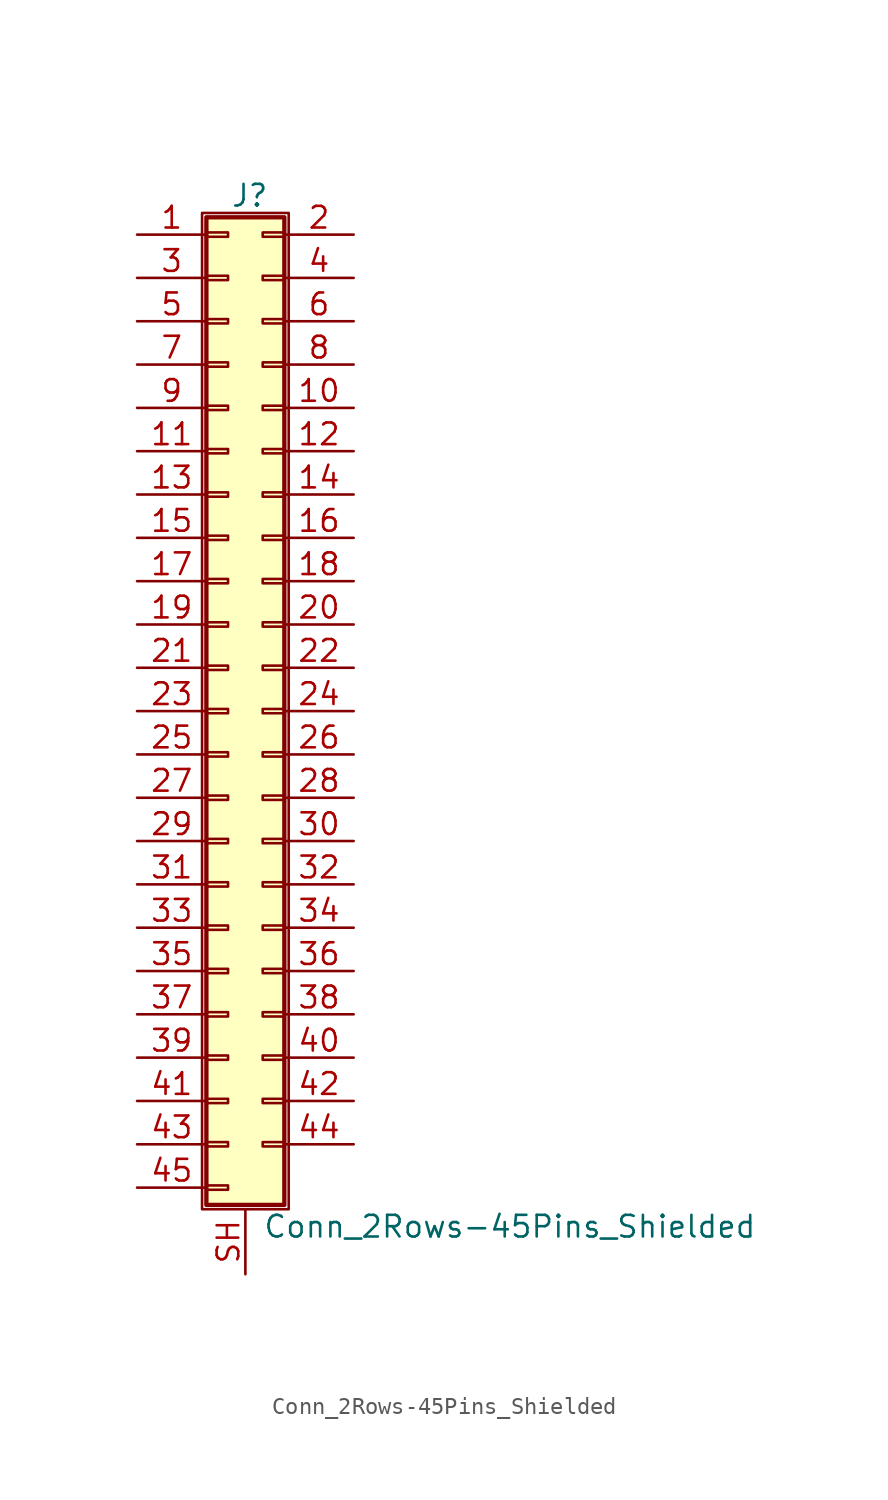
<source format=kicad_sym>
(kicad_symbol_lib
  (version 20211014)
  (generator kicad_symbol_editor)
  (symbol "Conn_2Rows-45Pins_Shielded"
    (pin_names
      (offset 1.016) hide)
    (property "Reference" "J"
      (at 1.524 30.226 0)
      (effects (font (size 1.27 1.27))))
    (property "Value" "Conn_2Rows-45Pins_Shielded"
      (at 2.286 -30.226 0)
      (effects (font (size 1.27 1.27)) (justify left)))
    (symbol "Conn_2Rows-45Pins_Shielded_1_1"
      (rectangle (start -1.27 29.21) (end 3.81 -29.21) (stroke (width 0.152) (type default) (color 0 0 0 0)) (fill (type none)))
      (rectangle (start -1.016 -27.813) (end 0.254 -28.067) (stroke (width 0.152) (type default) (color 0 0 0 0)) (fill (type none)))
      (rectangle (start -1.016 -25.273) (end 0.254 -25.527) (stroke (width 0.152) (type default) (color 0 0 0 0)) (fill (type none)))
      (rectangle (start -1.016 -22.733) (end 0.254 -22.987) (stroke (width 0.152) (type default) (color 0 0 0 0)) (fill (type none)))
      (rectangle (start -1.016 -20.193) (end 0.254 -20.447) (stroke (width 0.152) (type default) (color 0 0 0 0)) (fill (type none)))
      (rectangle (start -1.016 -17.653) (end 0.254 -17.907) (stroke (width 0.152) (type default) (color 0 0 0 0)) (fill (type none)))
      (rectangle (start -1.016 -15.113) (end 0.254 -15.367) (stroke (width 0.152) (type default) (color 0 0 0 0)) (fill (type none)))
      (rectangle (start -1.016 -12.573) (end 0.254 -12.827) (stroke (width 0.152) (type default) (color 0 0 0 0)) (fill (type none)))
      (rectangle (start -1.016 -10.033) (end 0.254 -10.287) (stroke (width 0.152) (type default) (color 0 0 0 0)) (fill (type none)))
      (rectangle (start -1.016 -7.493) (end 0.254 -7.747) (stroke (width 0.152) (type default) (color 0 0 0 0)) (fill (type none)))
      (rectangle (start -1.016 -4.953) (end 0.254 -5.207) (stroke (width 0.152) (type default) (color 0 0 0 0)) (fill (type none)))
      (rectangle (start -1.016 -2.413) (end 0.254 -2.667) (stroke (width 0.152) (type default) (color 0 0 0 0)) (fill (type none)))
      (rectangle (start -1.016 0.127) (end 0.254 -0.127) (stroke (width 0.152) (type default) (color 0 0 0 0)) (fill (type none)))
      (rectangle (start -1.016 2.667) (end 0.254 2.413) (stroke (width 0.152) (type default) (color 0 0 0 0)) (fill (type none)))
      (rectangle (start -1.016 5.207) (end 0.254 4.953) (stroke (width 0.152) (type default) (color 0 0 0 0)) (fill (type none)))
      (rectangle (start -1.016 7.747) (end 0.254 7.493) (stroke (width 0.152) (type default) (color 0 0 0 0)) (fill (type none)))
      (rectangle (start -1.016 10.287) (end 0.254 10.033) (stroke (width 0.152) (type default) (color 0 0 0 0)) (fill (type none)))
      (rectangle (start -1.016 12.827) (end 0.254 12.573) (stroke (width 0.152) (type default) (color 0 0 0 0)) (fill (type none)))
      (rectangle (start -1.016 15.367) (end 0.254 15.113) (stroke (width 0.152) (type default) (color 0 0 0 0)) (fill (type none)))
      (rectangle (start -1.016 17.907) (end 0.254 17.653) (stroke (width 0.152) (type default) (color 0 0 0 0)) (fill (type none)))
      (rectangle (start -1.016 20.447) (end 0.254 20.193) (stroke (width 0.152) (type default) (color 0 0 0 0)) (fill (type none)))
      (rectangle (start -1.016 22.987) (end 0.254 22.733) (stroke (width 0.152) (type default) (color 0 0 0 0)) (fill (type none)))
      (rectangle (start -1.016 25.527) (end 0.254 25.273) (stroke (width 0.152) (type default) (color 0 0 0 0)) (fill (type none)))
      (rectangle (start -1.016 28.067) (end 0.254 27.813) (stroke (width 0.152) (type default) (color 0 0 0 0)) (fill (type none)))
      (rectangle (start -1.016 28.956) (end 3.556 -28.956) (stroke (width 0.254) (type default) (color 0 0 0 0)) (fill (type background)))
      (rectangle (start 3.556 -25.273) (end 2.286 -25.527) (stroke (width 0.152) (type default) (color 0 0 0 0)) (fill (type none)))
      (rectangle (start 3.556 -22.733) (end 2.286 -22.987) (stroke (width 0.152) (type default) (color 0 0 0 0)) (fill (type none)))
      (rectangle (start 3.556 -20.193) (end 2.286 -20.447) (stroke (width 0.152) (type default) (color 0 0 0 0)) (fill (type none)))
      (rectangle (start 3.556 -17.653) (end 2.286 -17.907) (stroke (width 0.152) (type default) (color 0 0 0 0)) (fill (type none)))
      (rectangle (start 3.556 -15.113) (end 2.286 -15.367) (stroke (width 0.152) (type default) (color 0 0 0 0)) (fill (type none)))
      (rectangle (start 3.556 -12.573) (end 2.286 -12.827) (stroke (width 0.152) (type default) (color 0 0 0 0)) (fill (type none)))
      (rectangle (start 3.556 -10.033) (end 2.286 -10.287) (stroke (width 0.152) (type default) (color 0 0 0 0)) (fill (type none)))
      (rectangle (start 3.556 -7.493) (end 2.286 -7.747) (stroke (width 0.152) (type default) (color 0 0 0 0)) (fill (type none)))
      (rectangle (start 3.556 -4.953) (end 2.286 -5.207) (stroke (width 0.152) (type default) (color 0 0 0 0)) (fill (type none)))
      (rectangle (start 3.556 -2.413) (end 2.286 -2.667) (stroke (width 0.152) (type default) (color 0 0 0 0)) (fill (type none)))
      (rectangle (start 3.556 0.127) (end 2.286 -0.127) (stroke (width 0.152) (type default) (color 0 0 0 0)) (fill (type none)))
      (rectangle (start 3.556 2.667) (end 2.286 2.413) (stroke (width 0.152) (type default) (color 0 0 0 0)) (fill (type none)))
      (rectangle (start 3.556 5.207) (end 2.286 4.953) (stroke (width 0.152) (type default) (color 0 0 0 0)) (fill (type none)))
      (rectangle (start 3.556 7.747) (end 2.286 7.493) (stroke (width 0.152) (type default) (color 0 0 0 0)) (fill (type none)))
      (rectangle (start 3.556 10.287) (end 2.286 10.033) (stroke (width 0.152) (type default) (color 0 0 0 0)) (fill (type none)))
      (rectangle (start 3.556 12.827) (end 2.286 12.573) (stroke (width 0.152) (type default) (color 0 0 0 0)) (fill (type none)))
      (rectangle (start 3.556 15.367) (end 2.286 15.113) (stroke (width 0.152) (type default) (color 0 0 0 0)) (fill (type none)))
      (rectangle (start 3.556 17.907) (end 2.286 17.653) (stroke (width 0.152) (type default) (color 0 0 0 0)) (fill (type none)))
      (rectangle (start 3.556 20.447) (end 2.286 20.193) (stroke (width 0.152) (type default) (color 0 0 0 0)) (fill (type none)))
      (rectangle (start 3.556 22.987) (end 2.286 22.733) (stroke (width 0.152) (type default) (color 0 0 0 0)) (fill (type none)))
      (rectangle (start 3.556 25.527) (end 2.286 25.273) (stroke (width 0.152) (type default) (color 0 0 0 0)) (fill (type none)))
      (rectangle (start 3.556 28.067) (end 2.286 27.813) (stroke (width 0.152) (type default) (color 0 0 0 0)) (fill (type none)))
      (pin passive line (at -5.08 27.94 0) (length 4.064) (name "Pin_1" (effects (font (size 1.27 1.27)))) (number "1" (effects (font (size 1.27 1.27)))))
      (pin passive line (at 7.62 17.78 180) (length 4.064) (name "Pin_10" (effects (font (size 1.27 1.27)))) (number "10" (effects (font (size 1.27 1.27)))))
      (pin passive line (at -5.08 15.24 0) (length 4.064) (name "Pin_11" (effects (font (size 1.27 1.27)))) (number "11" (effects (font (size 1.27 1.27)))))
      (pin passive line (at 7.62 15.24 180) (length 4.064) (name "Pin_12" (effects (font (size 1.27 1.27)))) (number "12" (effects (font (size 1.27 1.27)))))
      (pin passive line (at -5.08 12.7 0) (length 4.064) (name "Pin_13" (effects (font (size 1.27 1.27)))) (number "13" (effects (font (size 1.27 1.27)))))
      (pin passive line (at 7.62 12.7 180) (length 4.064) (name "Pin_14" (effects (font (size 1.27 1.27)))) (number "14" (effects (font (size 1.27 1.27)))))
      (pin passive line (at -5.08 10.16 0) (length 4.064) (name "Pin_15" (effects (font (size 1.27 1.27)))) (number "15" (effects (font (size 1.27 1.27)))))
      (pin passive line (at 7.62 10.16 180) (length 4.064) (name "Pin_16" (effects (font (size 1.27 1.27)))) (number "16" (effects (font (size 1.27 1.27)))))
      (pin passive line (at -5.08 7.62 0) (length 4.064) (name "Pin_17" (effects (font (size 1.27 1.27)))) (number "17" (effects (font (size 1.27 1.27)))))
      (pin passive line (at 7.62 7.62 180) (length 4.064) (name "Pin_18" (effects (font (size 1.27 1.27)))) (number "18" (effects (font (size 1.27 1.27)))))
      (pin passive line (at -5.08 5.08 0) (length 4.064) (name "Pin_19" (effects (font (size 1.27 1.27)))) (number "19" (effects (font (size 1.27 1.27)))))
      (pin passive line (at 7.62 27.94 180) (length 4.064) (name "Pin_2" (effects (font (size 1.27 1.27)))) (number "2" (effects (font (size 1.27 1.27)))))
      (pin passive line (at 7.62 5.08 180) (length 4.064) (name "Pin_20" (effects (font (size 1.27 1.27)))) (number "20" (effects (font (size 1.27 1.27)))))
      (pin passive line (at -5.08 2.54 0) (length 4.064) (name "Pin_21" (effects (font (size 1.27 1.27)))) (number "21" (effects (font (size 1.27 1.27)))))
      (pin passive line (at 7.62 2.54 180) (length 4.064) (name "Pin_22" (effects (font (size 1.27 1.27)))) (number "22" (effects (font (size 1.27 1.27)))))
      (pin passive line (at -5.08 0 0) (length 4.064) (name "Pin_23" (effects (font (size 1.27 1.27)))) (number "23" (effects (font (size 1.27 1.27)))))
      (pin passive line (at 7.62 0 180) (length 4.064) (name "Pin_24" (effects (font (size 1.27 1.27)))) (number "24" (effects (font (size 1.27 1.27)))))
      (pin passive line (at -5.08 -2.54 0) (length 4.064) (name "Pin_25" (effects (font (size 1.27 1.27)))) (number "25" (effects (font (size 1.27 1.27)))))
      (pin passive line (at 7.62 -2.54 180) (length 4.064) (name "Pin_26" (effects (font (size 1.27 1.27)))) (number "26" (effects (font (size 1.27 1.27)))))
      (pin passive line (at -5.08 -5.08 0) (length 4.064) (name "Pin_27" (effects (font (size 1.27 1.27)))) (number "27" (effects (font (size 1.27 1.27)))))
      (pin passive line (at 7.62 -5.08 180) (length 4.064) (name "Pin_28" (effects (font (size 1.27 1.27)))) (number "28" (effects (font (size 1.27 1.27)))))
      (pin passive line (at -5.08 -7.62 0) (length 4.064) (name "Pin_29" (effects (font (size 1.27 1.27)))) (number "29" (effects (font (size 1.27 1.27)))))
      (pin passive line (at -5.08 25.4 0) (length 4.064) (name "Pin_3" (effects (font (size 1.27 1.27)))) (number "3" (effects (font (size 1.27 1.27)))))
      (pin passive line (at 7.62 -7.62 180) (length 4.064) (name "Pin_30" (effects (font (size 1.27 1.27)))) (number "30" (effects (font (size 1.27 1.27)))))
      (pin passive line (at -5.08 -10.16 0) (length 4.064) (name "Pin_31" (effects (font (size 1.27 1.27)))) (number "31" (effects (font (size 1.27 1.27)))))
      (pin passive line (at 7.62 -10.16 180) (length 4.064) (name "Pin_32" (effects (font (size 1.27 1.27)))) (number "32" (effects (font (size 1.27 1.27)))))
      (pin passive line (at -5.08 -12.7 0) (length 4.064) (name "Pin_33" (effects (font (size 1.27 1.27)))) (number "33" (effects (font (size 1.27 1.27)))))
      (pin passive line (at 7.62 -12.7 180) (length 4.064) (name "Pin_34" (effects (font (size 1.27 1.27)))) (number "34" (effects (font (size 1.27 1.27)))))
      (pin passive line (at -5.08 -15.24 0) (length 4.064) (name "Pin_35" (effects (font (size 1.27 1.27)))) (number "35" (effects (font (size 1.27 1.27)))))
      (pin passive line (at 7.62 -15.24 180) (length 4.064) (name "Pin_36" (effects (font (size 1.27 1.27)))) (number "36" (effects (font (size 1.27 1.27)))))
      (pin passive line (at -5.08 -17.78 0) (length 4.064) (name "Pin_37" (effects (font (size 1.27 1.27)))) (number "37" (effects (font (size 1.27 1.27)))))
      (pin passive line (at 7.62 -17.78 180) (length 4.064) (name "Pin_38" (effects (font (size 1.27 1.27)))) (number "38" (effects (font (size 1.27 1.27)))))
      (pin passive line (at -5.08 -20.32 0) (length 4.064) (name "Pin_39" (effects (font (size 1.27 1.27)))) (number "39" (effects (font (size 1.27 1.27)))))
      (pin passive line (at 7.62 25.4 180) (length 4.064) (name "Pin_4" (effects (font (size 1.27 1.27)))) (number "4" (effects (font (size 1.27 1.27)))))
      (pin passive line (at 7.62 -20.32 180) (length 4.064) (name "Pin_40" (effects (font (size 1.27 1.27)))) (number "40" (effects (font (size 1.27 1.27)))))
      (pin passive line (at -5.08 -22.86 0) (length 4.064) (name "Pin_41" (effects (font (size 1.27 1.27)))) (number "41" (effects (font (size 1.27 1.27)))))
      (pin passive line (at 7.62 -22.86 180) (length 4.064) (name "Pin_42" (effects (font (size 1.27 1.27)))) (number "42" (effects (font (size 1.27 1.27)))))
      (pin passive line (at -5.08 -25.4 0) (length 4.064) (name "Pin_43" (effects (font (size 1.27 1.27)))) (number "43" (effects (font (size 1.27 1.27)))))
      (pin passive line (at 7.62 -25.4 180) (length 4.064) (name "Pin_44" (effects (font (size 1.27 1.27)))) (number "44" (effects (font (size 1.27 1.27)))))
      (pin passive line (at -5.08 -27.94 0) (length 4.064) (name "Pin_45" (effects (font (size 1.27 1.27)))) (number "45" (effects (font (size 1.27 1.27)))))
      (pin passive line (at -5.08 22.86 0) (length 4.064) (name "Pin_5" (effects (font (size 1.27 1.27)))) (number "5" (effects (font (size 1.27 1.27)))))
      (pin passive line (at 7.62 22.86 180) (length 4.064) (name "Pin_6" (effects (font (size 1.27 1.27)))) (number "6" (effects (font (size 1.27 1.27)))))
      (pin passive line (at -5.08 20.32 0) (length 4.064) (name "Pin_7" (effects (font (size 1.27 1.27)))) (number "7" (effects (font (size 1.27 1.27)))))
      (pin passive line (at 7.62 20.32 180) (length 4.064) (name "Pin_8" (effects (font (size 1.27 1.27)))) (number "8" (effects (font (size 1.27 1.27)))))
      (pin passive line (at -5.08 17.78 0) (length 4.064) (name "Pin_9" (effects (font (size 1.27 1.27)))) (number "9" (effects (font (size 1.27 1.27)))))
      (pin passive line (at 1.27 -33.02 90) (length 3.81) (name "Shield" (effects (font (size 1.27 1.27)))) (number "SH" (effects (font (size 1.27 1.27))))))))
</source>
